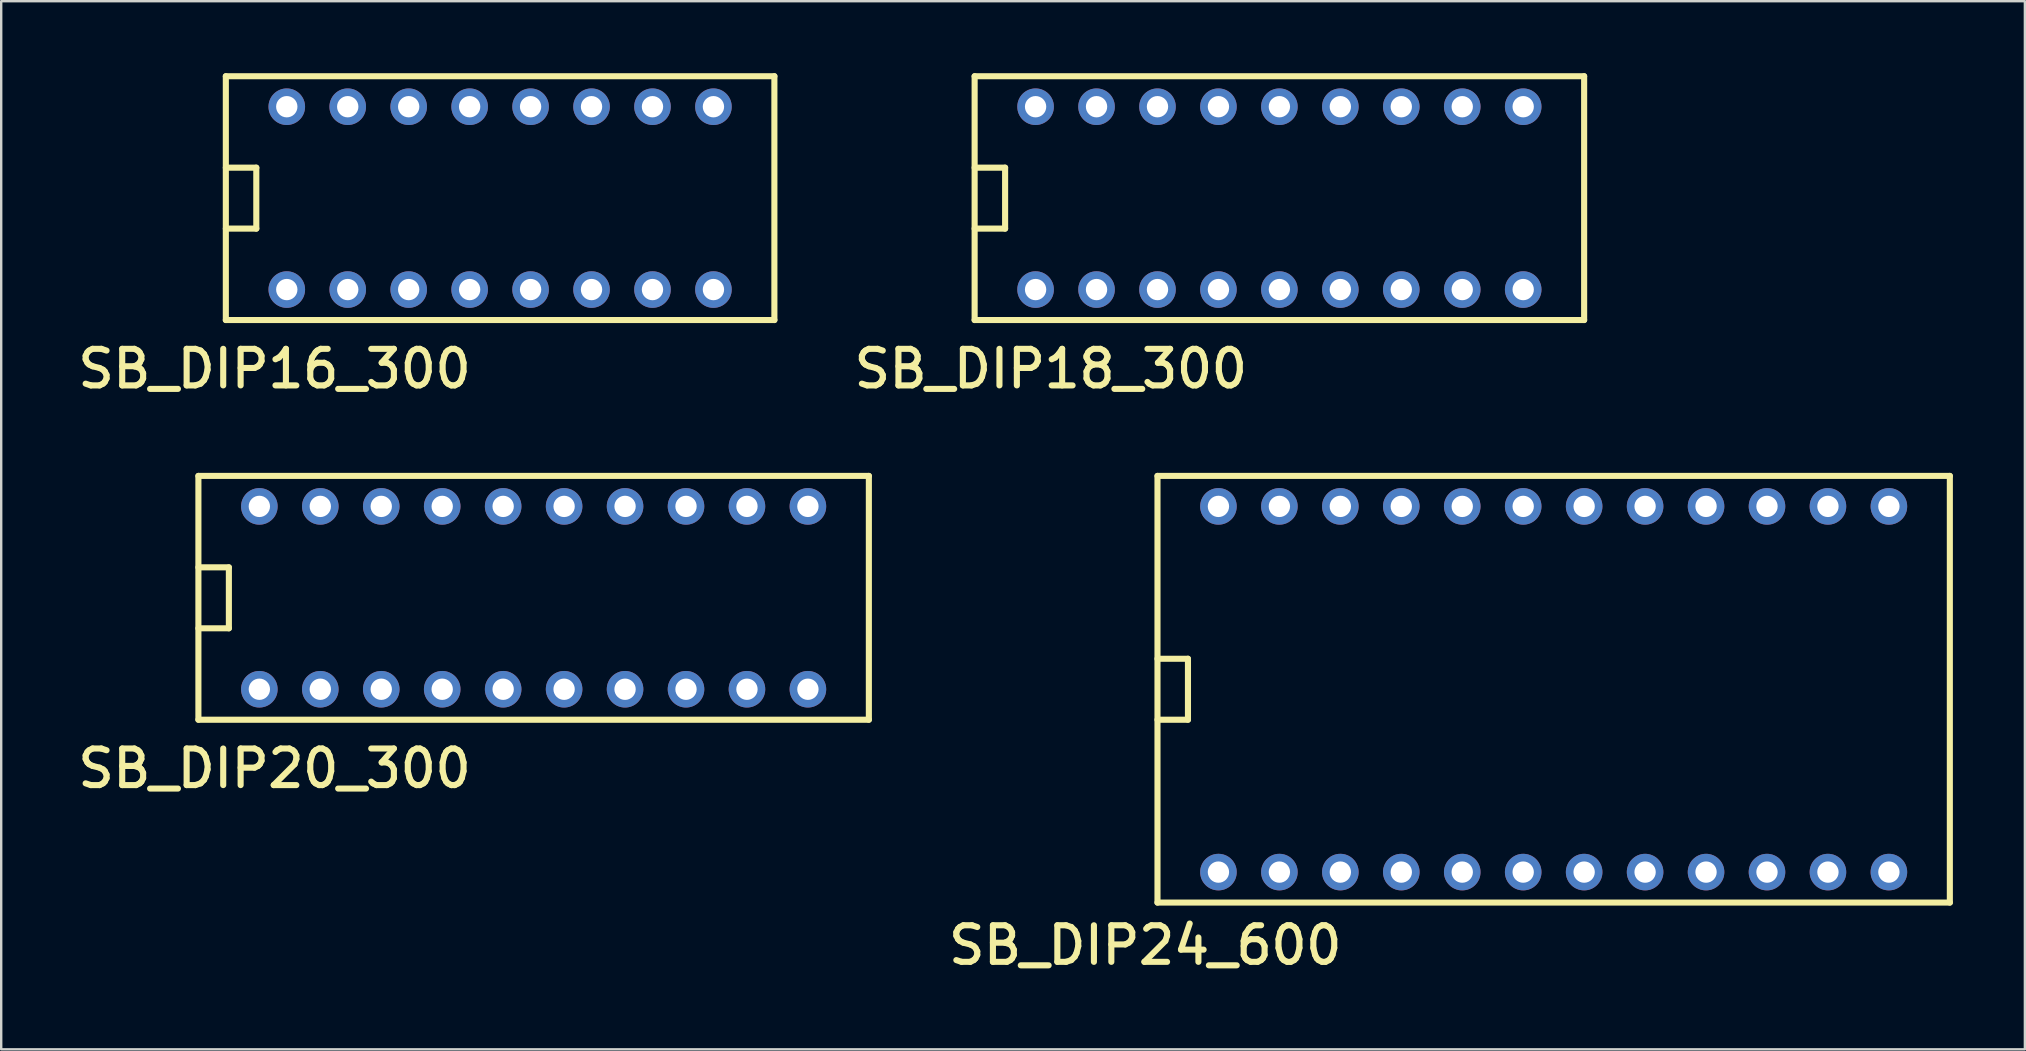
<source format=kicad_pcb>
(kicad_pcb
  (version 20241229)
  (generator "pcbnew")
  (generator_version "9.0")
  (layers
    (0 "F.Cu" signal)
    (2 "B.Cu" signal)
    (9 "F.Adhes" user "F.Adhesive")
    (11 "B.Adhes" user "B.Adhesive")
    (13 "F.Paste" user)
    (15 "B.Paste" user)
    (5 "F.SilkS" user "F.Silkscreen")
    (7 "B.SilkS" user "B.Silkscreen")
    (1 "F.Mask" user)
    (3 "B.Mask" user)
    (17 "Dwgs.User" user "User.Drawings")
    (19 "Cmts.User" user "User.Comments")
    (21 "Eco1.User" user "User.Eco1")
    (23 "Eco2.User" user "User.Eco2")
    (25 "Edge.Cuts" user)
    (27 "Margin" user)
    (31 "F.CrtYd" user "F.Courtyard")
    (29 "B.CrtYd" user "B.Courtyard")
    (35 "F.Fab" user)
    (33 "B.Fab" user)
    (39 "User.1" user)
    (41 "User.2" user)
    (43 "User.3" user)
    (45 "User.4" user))
  (footprint "SB_DIP24_600"
    (layer "F.Cu")
    (at 47.726 33.293)
    (property "Reference" "SB_DIP24_600" (at -3.048 3.048 0) (layer "F.SilkS") (effects (font (size 1.524 1.524) (thickness 0.254))))
    (attr through_hole)
    (fp_line (start -2.54 -16.51) (end -2.54 1.27) (stroke (width 0.254) (type solid)) (layer "F.SilkS"))
    (fp_line (start -2.54 -6.35) (end -1.27 -6.35) (stroke (width 0.254) (type solid)) (layer "F.SilkS"))
    (fp_line (start -2.54 1.27) (end 30.48 1.27) (stroke (width 0.254) (type solid)) (layer "F.SilkS"))
    (fp_line (start -1.27 -8.89) (end -2.54 -8.89) (stroke (width 0.254) (type solid)) (layer "F.SilkS"))
    (fp_line (start -1.27 -6.35) (end -1.27 -8.89) (stroke (width 0.254) (type solid)) (layer "F.SilkS"))
    (fp_line (start 30.48 -16.51) (end -2.54 -16.51) (stroke (width 0.254) (type solid)) (layer "F.SilkS"))
    (fp_line (start 30.48 1.27) (end 30.48 -16.51) (stroke (width 0.254) (type solid)) (layer "F.SilkS"))
    (pad "1" thru_hole circle (at 0 0) (size 1.524 1.524) (drill 0.889) (layers "*.Cu" "*.Mask"))
    (pad "2" thru_hole circle (at 2.54 0) (size 1.524 1.524) (drill 0.889) (layers "*.Cu" "*.Mask"))
    (pad "3" thru_hole circle (at 5.08 0) (size 1.524 1.524) (drill 0.889) (layers "*.Cu" "*.Mask"))
    (pad "4" thru_hole circle (at 7.62 0) (size 1.524 1.524) (drill 0.889) (layers "*.Cu" "*.Mask"))
    (pad "5" thru_hole circle (at 10.16 0) (size 1.524 1.524) (drill 0.889) (layers "*.Cu" "*.Mask"))
    (pad "6" thru_hole circle (at 12.7 0) (size 1.524 1.524) (drill 0.889) (layers "*.Cu" "*.Mask"))
    (pad "7" thru_hole circle (at 15.24 0) (size 1.524 1.524) (drill 0.889) (layers "*.Cu" "*.Mask"))
    (pad "8" thru_hole circle (at 17.78 0) (size 1.524 1.524) (drill 0.889) (layers "*.Cu" "*.Mask"))
    (pad "9" thru_hole circle (at 20.32 0) (size 1.524 1.524) (drill 0.889) (layers "*.Cu" "*.Mask"))
    (pad "10" thru_hole circle (at 22.86 0) (size 1.524 1.524) (drill 0.889) (layers "*.Cu" "*.Mask"))
    (pad "11" thru_hole circle (at 25.4 0) (size 1.524 1.524) (drill 0.889) (layers "*.Cu" "*.Mask"))
    (pad "12" thru_hole circle (at 27.94 0) (size 1.524 1.524) (drill 0.889) (layers "*.Cu" "*.Mask"))
    (pad "13" thru_hole circle (at 27.94 -15.24) (size 1.524 1.524) (drill 0.889) (layers "*.Cu" "*.Mask"))
    (pad "14" thru_hole circle (at 25.4 -15.24) (size 1.524 1.524) (drill 0.889) (layers "*.Cu" "*.Mask"))
    (pad "15" thru_hole circle (at 22.86 -15.24) (size 1.524 1.524) (drill 0.889) (layers "*.Cu" "*.Mask"))
    (pad "16" thru_hole circle (at 20.32 -15.24) (size 1.524 1.524) (drill 0.889) (layers "*.Cu" "*.Mask"))
    (pad "17" thru_hole circle (at 17.78 -15.24) (size 1.524 1.524) (drill 0.889) (layers "*.Cu" "*.Mask"))
    (pad "18" thru_hole circle (at 15.24 -15.24) (size 1.524 1.524) (drill 0.889) (layers "*.Cu" "*.Mask"))
    (pad "19" thru_hole circle (at 12.7 -15.24) (size 1.524 1.524) (drill 0.889) (layers "*.Cu" "*.Mask"))
    (pad "20" thru_hole circle (at 10.16 -15.24) (size 1.524 1.524) (drill 0.889) (layers "*.Cu" "*.Mask"))
    (pad "21" thru_hole circle (at 7.62 -15.24) (size 1.524 1.524) (drill 0.889) (layers "*.Cu" "*.Mask"))
    (pad "22" thru_hole circle (at 5.08 -15.24) (size 1.524 1.524) (drill 0.889) (layers "*.Cu" "*.Mask"))
    (pad "23" thru_hole circle (at 2.54 -15.24) (size 1.524 1.524) (drill 0.889) (layers "*.Cu" "*.Mask"))
    (pad "24" thru_hole circle (at 0 -15.24) (size 1.524 1.524) (drill 0.889) (layers "*.Cu" "*.Mask")))
  (footprint "SB_DIP16_300"
    (layer "F.Cu")
    (at 8.901 9.017)
    (property "Reference" "SB_DIP16_300" (at -0.508 3.302 0) (layer "F.SilkS") (effects (font (size 1.524 1.524) (thickness 0.254))))
    (attr through_hole)
    (fp_line (start -2.54 -8.89) (end -2.54 1.27) (stroke (width 0.254) (type solid)) (layer "F.SilkS"))
    (fp_line (start -2.54 -2.54) (end -1.27 -2.54) (stroke (width 0.254) (type solid)) (layer "F.SilkS"))
    (fp_line (start -2.54 1.27) (end 20.32 1.27) (stroke (width 0.254) (type solid)) (layer "F.SilkS"))
    (fp_line (start -1.27 -5.08) (end -2.54 -5.08) (stroke (width 0.254) (type solid)) (layer "F.SilkS"))
    (fp_line (start -1.27 -2.54) (end -1.27 -5.08) (stroke (width 0.254) (type solid)) (layer "F.SilkS"))
    (fp_line (start 20.32 -8.89) (end -2.54 -8.89) (stroke (width 0.254) (type solid)) (layer "F.SilkS"))
    (fp_line (start 20.32 1.27) (end 20.32 -8.89) (stroke (width 0.254) (type solid)) (layer "F.SilkS"))
    (pad "1" thru_hole circle (at 0 0) (size 1.524 1.524) (drill 0.889) (layers "*.Cu" "*.Mask"))
    (pad "2" thru_hole circle (at 2.54 0) (size 1.524 1.524) (drill 0.889) (layers "*.Cu" "*.Mask"))
    (pad "3" thru_hole circle (at 5.08 0) (size 1.524 1.524) (drill 0.889) (layers "*.Cu" "*.Mask"))
    (pad "4" thru_hole circle (at 7.62 0) (size 1.524 1.524) (drill 0.889) (layers "*.Cu" "*.Mask"))
    (pad "5" thru_hole circle (at 10.16 0) (size 1.524 1.524) (drill 0.889) (layers "*.Cu" "*.Mask"))
    (pad "6" thru_hole circle (at 12.7 0) (size 1.524 1.524) (drill 0.889) (layers "*.Cu" "*.Mask"))
    (pad "7" thru_hole circle (at 15.24 0) (size 1.524 1.524) (drill 0.889) (layers "*.Cu" "*.Mask"))
    (pad "8" thru_hole circle (at 17.78 0) (size 1.524 1.524) (drill 0.889) (layers "*.Cu" "*.Mask"))
    (pad "9" thru_hole circle (at 17.78 -7.62) (size 1.524 1.524) (drill 0.889) (layers "*.Cu" "*.Mask"))
    (pad "10" thru_hole circle (at 15.24 -7.62) (size 1.524 1.524) (drill 0.889) (layers "*.Cu" "*.Mask"))
    (pad "11" thru_hole circle (at 12.7 -7.62) (size 1.524 1.524) (drill 0.889) (layers "*.Cu" "*.Mask"))
    (pad "12" thru_hole circle (at 10.16 -7.62) (size 1.524 1.524) (drill 0.889) (layers "*.Cu" "*.Mask"))
    (pad "13" thru_hole circle (at 7.62 -7.62) (size 1.524 1.524) (drill 0.889) (layers "*.Cu" "*.Mask"))
    (pad "14" thru_hole circle (at 5.08 -7.62) (size 1.524 1.524) (drill 0.889) (layers "*.Cu" "*.Mask"))
    (pad "15" thru_hole circle (at 2.54 -7.62) (size 1.524 1.524) (drill 0.889) (layers "*.Cu" "*.Mask"))
    (pad "16" thru_hole circle (at 0 -7.62) (size 1.524 1.524) (drill 0.889) (layers "*.Cu" "*.Mask")))
  (footprint "SB_DIP20_300"
    (layer "F.Cu")
    (at 7.758 25.673)
    (property "Reference" "SB_DIP20_300" (at 0.635 3.302 0) (layer "F.SilkS") (effects (font (size 1.524 1.524) (thickness 0.254))))
    (attr through_hole)
    (fp_line (start -2.54 -8.89) (end -2.54 1.27) (stroke (width 0.254) (type solid)) (layer "F.SilkS"))
    (fp_line (start -2.54 -2.54) (end -1.27 -2.54) (stroke (width 0.254) (type solid)) (layer "F.SilkS"))
    (fp_line (start -2.54 1.27) (end 25.4 1.27) (stroke (width 0.254) (type solid)) (layer "F.SilkS"))
    (fp_line (start -1.27 -5.08) (end -2.54 -5.08) (stroke (width 0.254) (type solid)) (layer "F.SilkS"))
    (fp_line (start -1.27 -2.54) (end -1.27 -5.08) (stroke (width 0.254) (type solid)) (layer "F.SilkS"))
    (fp_line (start 25.4 -8.89) (end -2.54 -8.89) (stroke (width 0.254) (type solid)) (layer "F.SilkS"))
    (fp_line (start 25.4 1.27) (end 25.4 -8.89) (stroke (width 0.254) (type solid)) (layer "F.SilkS"))
    (pad "1" thru_hole circle (at 0 0) (size 1.524 1.524) (drill 0.889) (layers "*.Cu" "*.Mask"))
    (pad "2" thru_hole circle (at 2.54 0) (size 1.524 1.524) (drill 0.889) (layers "*.Cu" "*.Mask"))
    (pad "3" thru_hole circle (at 5.08 0) (size 1.524 1.524) (drill 0.889) (layers "*.Cu" "*.Mask"))
    (pad "4" thru_hole circle (at 7.62 0) (size 1.524 1.524) (drill 0.889) (layers "*.Cu" "*.Mask"))
    (pad "5" thru_hole circle (at 10.16 0) (size 1.524 1.524) (drill 0.889) (layers "*.Cu" "*.Mask"))
    (pad "6" thru_hole circle (at 12.7 0) (size 1.524 1.524) (drill 0.889) (layers "*.Cu" "*.Mask"))
    (pad "7" thru_hole circle (at 15.24 0) (size 1.524 1.524) (drill 0.889) (layers "*.Cu" "*.Mask"))
    (pad "8" thru_hole circle (at 17.78 0) (size 1.524 1.524) (drill 0.889) (layers "*.Cu" "*.Mask"))
    (pad "9" thru_hole circle (at 20.32 0) (size 1.524 1.524) (drill 0.889) (layers "*.Cu" "*.Mask"))
    (pad "10" thru_hole circle (at 22.86 0) (size 1.524 1.524) (drill 0.889) (layers "*.Cu" "*.Mask"))
    (pad "11" thru_hole circle (at 22.86 -7.62) (size 1.524 1.524) (drill 0.889) (layers "*.Cu" "*.Mask"))
    (pad "12" thru_hole circle (at 20.32 -7.62) (size 1.524 1.524) (drill 0.889) (layers "*.Cu" "*.Mask"))
    (pad "13" thru_hole circle (at 17.78 -7.62) (size 1.524 1.524) (drill 0.889) (layers "*.Cu" "*.Mask"))
    (pad "14" thru_hole circle (at 15.24 -7.62) (size 1.524 1.524) (drill 0.889) (layers "*.Cu" "*.Mask"))
    (pad "15" thru_hole circle (at 12.7 -7.62) (size 1.524 1.524) (drill 0.889) (layers "*.Cu" "*.Mask"))
    (pad "16" thru_hole circle (at 10.16 -7.62) (size 1.524 1.524) (drill 0.889) (layers "*.Cu" "*.Mask"))
    (pad "17" thru_hole circle (at 7.62 -7.62) (size 1.524 1.524) (drill 0.889) (layers "*.Cu" "*.Mask"))
    (pad "18" thru_hole circle (at 5.08 -7.62) (size 1.524 1.524) (drill 0.889) (layers "*.Cu" "*.Mask"))
    (pad "19" thru_hole circle (at 2.54 -7.62) (size 1.524 1.524) (drill 0.889) (layers "*.Cu" "*.Mask"))
    (pad "20" thru_hole circle (at 0 -7.62) (size 1.524 1.524) (drill 0.889) (layers "*.Cu" "*.Mask")))
  (footprint "SB_DIP18_300"
    (layer "F.Cu")
    (at 40.106 9.017)
    (property "Reference" "SB_DIP18_300" (at 0.635 3.302 0) (layer "F.SilkS") (effects (font (size 1.524 1.524) (thickness 0.254))))
    (attr through_hole)
    (fp_line (start -2.54 -8.89) (end -2.54 1.27) (stroke (width 0.254) (type solid)) (layer "F.SilkS"))
    (fp_line (start -2.54 -2.54) (end -1.27 -2.54) (stroke (width 0.254) (type solid)) (layer "F.SilkS"))
    (fp_line (start -2.54 1.27) (end 22.86 1.27) (stroke (width 0.254) (type solid)) (layer "F.SilkS"))
    (fp_line (start -1.27 -5.08) (end -2.54 -5.08) (stroke (width 0.254) (type solid)) (layer "F.SilkS"))
    (fp_line (start -1.27 -2.54) (end -1.27 -5.08) (stroke (width 0.254) (type solid)) (layer "F.SilkS"))
    (fp_line (start 22.86 -8.89) (end -2.54 -8.89) (stroke (width 0.254) (type solid)) (layer "F.SilkS"))
    (fp_line (start 22.86 1.27) (end 22.86 -8.89) (stroke (width 0.254) (type solid)) (layer "F.SilkS"))
    (pad "1" thru_hole circle (at 0 0) (size 1.524 1.524) (drill 0.889) (layers "*.Cu" "*.Mask"))
    (pad "2" thru_hole circle (at 2.54 0) (size 1.524 1.524) (drill 0.889) (layers "*.Cu" "*.Mask"))
    (pad "3" thru_hole circle (at 5.08 0) (size 1.524 1.524) (drill 0.889) (layers "*.Cu" "*.Mask"))
    (pad "4" thru_hole circle (at 7.62 0) (size 1.524 1.524) (drill 0.889) (layers "*.Cu" "*.Mask"))
    (pad "5" thru_hole circle (at 10.16 0) (size 1.524 1.524) (drill 0.889) (layers "*.Cu" "*.Mask"))
    (pad "6" thru_hole circle (at 12.7 0) (size 1.524 1.524) (drill 0.889) (layers "*.Cu" "*.Mask"))
    (pad "7" thru_hole circle (at 15.24 0) (size 1.524 1.524) (drill 0.889) (layers "*.Cu" "*.Mask"))
    (pad "8" thru_hole circle (at 17.78 0) (size 1.524 1.524) (drill 0.889) (layers "*.Cu" "*.Mask"))
    (pad "9" thru_hole circle (at 20.32 0) (size 1.524 1.524) (drill 0.889) (layers "*.Cu" "*.Mask"))
    (pad "10" thru_hole circle (at 20.32 -7.62) (size 1.524 1.524) (drill 0.889) (layers "*.Cu" "*.Mask"))
    (pad "11" thru_hole circle (at 17.78 -7.62) (size 1.524 1.524) (drill 0.889) (layers "*.Cu" "*.Mask"))
    (pad "12" thru_hole circle (at 15.24 -7.62) (size 1.524 1.524) (drill 0.889) (layers "*.Cu" "*.Mask"))
    (pad "13" thru_hole circle (at 12.7 -7.62) (size 1.524 1.524) (drill 0.889) (layers "*.Cu" "*.Mask"))
    (pad "14" thru_hole circle (at 10.16 -7.62) (size 1.524 1.524) (drill 0.889) (layers "*.Cu" "*.Mask"))
    (pad "15" thru_hole circle (at 7.62 -7.62) (size 1.524 1.524) (drill 0.889) (layers "*.Cu" "*.Mask"))
    (pad "16" thru_hole circle (at 5.08 -7.62) (size 1.524 1.524) (drill 0.889) (layers "*.Cu" "*.Mask"))
    (pad "17" thru_hole circle (at 2.54 -7.62) (size 1.524 1.524) (drill 0.889) (layers "*.Cu" "*.Mask"))
    (pad "18" thru_hole circle (at 0 -7.62) (size 1.524 1.524) (drill 0.889) (layers "*.Cu" "*.Mask")))
  (gr_rect
    (start -3 -3)
    (end 81.333 40.679)
    (stroke (width 0.1) (type default))
    (fill no)
    (layer "Edge.Cuts")))
</source>
